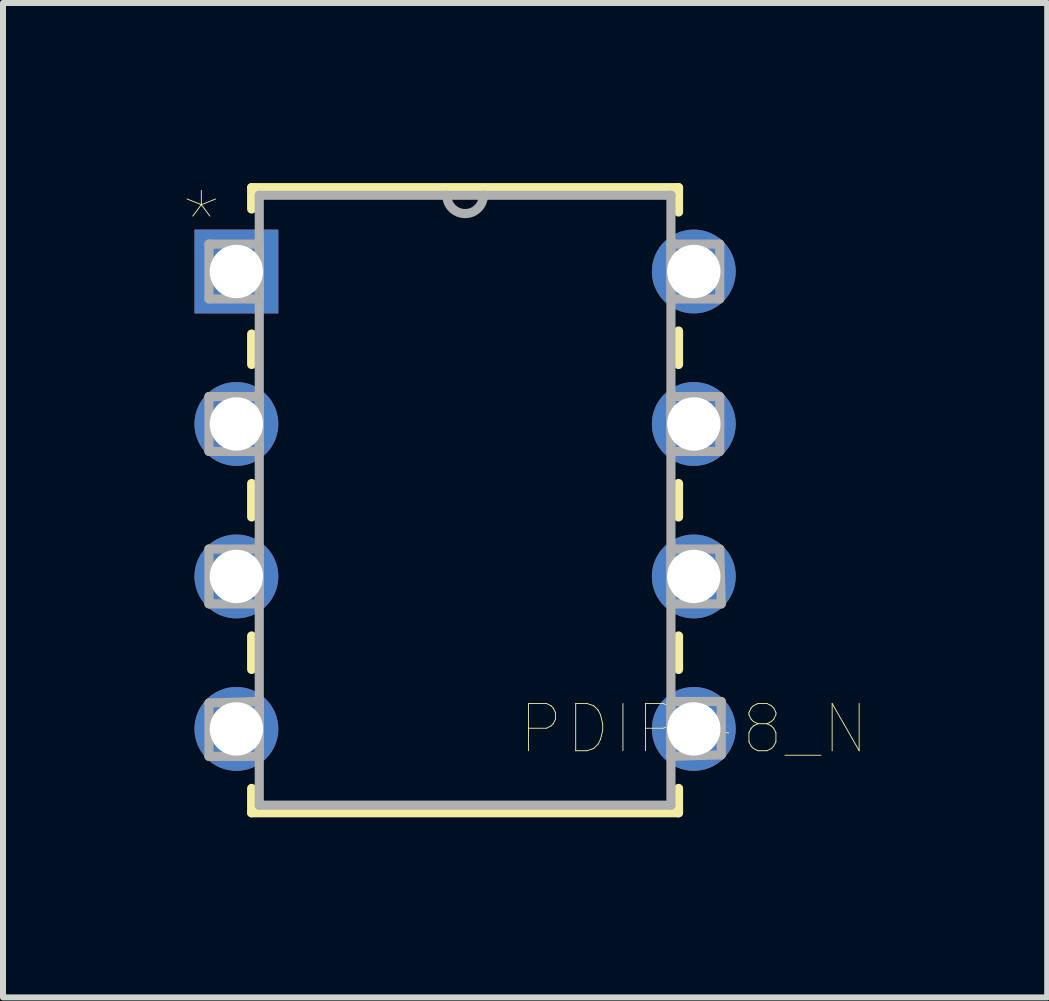
<source format=kicad_pcb>
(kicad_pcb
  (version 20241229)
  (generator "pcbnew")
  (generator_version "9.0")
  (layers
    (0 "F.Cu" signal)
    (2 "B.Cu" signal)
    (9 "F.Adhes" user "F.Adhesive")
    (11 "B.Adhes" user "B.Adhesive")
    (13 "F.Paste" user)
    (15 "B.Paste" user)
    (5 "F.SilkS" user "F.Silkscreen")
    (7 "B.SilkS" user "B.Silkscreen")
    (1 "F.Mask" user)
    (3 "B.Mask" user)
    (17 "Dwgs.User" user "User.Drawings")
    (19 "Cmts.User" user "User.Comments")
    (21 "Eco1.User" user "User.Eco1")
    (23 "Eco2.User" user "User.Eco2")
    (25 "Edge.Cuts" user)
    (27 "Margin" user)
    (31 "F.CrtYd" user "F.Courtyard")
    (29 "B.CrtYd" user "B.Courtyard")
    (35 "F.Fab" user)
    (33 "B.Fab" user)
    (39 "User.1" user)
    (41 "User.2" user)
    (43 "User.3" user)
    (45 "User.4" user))
  (footprint "PDIP-8_N"
    (layer "F.Cu")
    (at 8.508 9.093)
    (property "Reference" "PDIP-8_N" (at 0 0 0) (layer "F.SilkS") (effects (font (size 0.787 0.787) (thickness 0.015))))
    (attr through_hole)
    (fp_line (start -7.366 -9.017) (end -7.366 -8.661) (stroke (width 0.152) (type solid)) (layer "F.SilkS"))
    (fp_line (start -7.366 -6.579) (end -7.366 -6.071) (stroke (width 0.152) (type solid)) (layer "F.SilkS"))
    (fp_line (start -7.366 -4.089) (end -7.366 -3.531) (stroke (width 0.152) (type solid)) (layer "F.SilkS"))
    (fp_line (start -7.366 -1.549) (end -7.366 -0.991) (stroke (width 0.152) (type solid)) (layer "F.SilkS"))
    (fp_line (start -7.366 0.991) (end -7.366 1.397) (stroke (width 0.152) (type solid)) (layer "F.SilkS"))
    (fp_line (start -7.366 1.397) (end -0.254 1.397) (stroke (width 0.152) (type solid)) (layer "F.SilkS"))
    (fp_line (start -0.254 -9.017) (end -7.366 -9.017) (stroke (width 0.152) (type solid)) (layer "F.SilkS"))
    (fp_line (start -0.254 -8.611) (end -0.254 -9.017) (stroke (width 0.152) (type solid)) (layer "F.SilkS"))
    (fp_line (start -0.254 -6.071) (end -0.254 -6.629) (stroke (width 0.152) (type solid)) (layer "F.SilkS"))
    (fp_line (start -0.254 -3.531) (end -0.254 -4.089) (stroke (width 0.152) (type solid)) (layer "F.SilkS"))
    (fp_line (start -0.254 -0.991) (end -0.254 -1.549) (stroke (width 0.152) (type solid)) (layer "F.SilkS"))
    (fp_line (start -0.254 1.397) (end -0.254 0.991) (stroke (width 0.152) (type solid)) (layer "F.SilkS"))
    (fp_line (start -8.077 -8.077) (end -8.077 -7.163) (stroke (width 0.152) (type solid)) (layer "F.Fab"))
    (fp_line (start -8.077 -7.163) (end -7.239 -7.163) (stroke (width 0.152) (type solid)) (layer "F.Fab"))
    (fp_line (start -8.077 -5.537) (end -8.077 -4.623) (stroke (width 0.152) (type solid)) (layer "F.Fab"))
    (fp_line (start -8.077 -4.623) (end -7.239 -4.623) (stroke (width 0.152) (type solid)) (layer "F.Fab"))
    (fp_line (start -8.077 -2.997) (end -8.077 -2.083) (stroke (width 0.152) (type solid)) (layer "F.Fab"))
    (fp_line (start -8.077 -2.083) (end -7.239 -2.083) (stroke (width 0.152) (type solid)) (layer "F.Fab"))
    (fp_line (start -8.077 -0.432) (end -8.077 0.457) (stroke (width 0.152) (type solid)) (layer "F.Fab"))
    (fp_line (start -8.077 0.457) (end -7.239 0.457) (stroke (width 0.152) (type solid)) (layer "F.Fab"))
    (fp_line (start -7.239 -8.89) (end -7.239 1.27) (stroke (width 0.152) (type solid)) (layer "F.Fab"))
    (fp_line (start -7.239 -8.077) (end -8.077 -8.077) (stroke (width 0.152) (type solid)) (layer "F.Fab"))
    (fp_line (start -7.239 -7.163) (end -7.239 -8.077) (stroke (width 0.152) (type solid)) (layer "F.Fab"))
    (fp_line (start -7.239 -5.537) (end -8.077 -5.537) (stroke (width 0.152) (type solid)) (layer "F.Fab"))
    (fp_line (start -7.239 -4.623) (end -7.239 -5.537) (stroke (width 0.152) (type solid)) (layer "F.Fab"))
    (fp_line (start -7.239 -2.997) (end -8.077 -2.997) (stroke (width 0.152) (type solid)) (layer "F.Fab"))
    (fp_line (start -7.239 -2.083) (end -7.239 -2.997) (stroke (width 0.152) (type solid)) (layer "F.Fab"))
    (fp_line (start -7.239 -0.457) (end -8.077 -0.432) (stroke (width 0.152) (type solid)) (layer "F.Fab"))
    (fp_line (start -7.239 0.457) (end -7.239 -0.457) (stroke (width 0.152) (type solid)) (layer "F.Fab"))
    (fp_line (start -7.239 1.27) (end -0.381 1.27) (stroke (width 0.152) (type solid)) (layer "F.Fab"))
    (fp_line (start -4.115 -8.89) (end -7.239 -8.89) (stroke (width 0.152) (type solid)) (layer "F.Fab"))
    (fp_line (start -3.505 -8.89) (end -4.115 -8.89) (stroke (width 0.152) (type solid)) (layer "F.Fab"))
    (fp_line (start -0.381 -8.89) (end -3.505 -8.89) (stroke (width 0.152) (type solid)) (layer "F.Fab"))
    (fp_line (start -0.381 -8.077) (end -0.381 -7.163) (stroke (width 0.152) (type solid)) (layer "F.Fab"))
    (fp_line (start -0.381 -7.163) (end 0.432 -7.163) (stroke (width 0.152) (type solid)) (layer "F.Fab"))
    (fp_line (start -0.381 -5.537) (end -0.381 -4.623) (stroke (width 0.152) (type solid)) (layer "F.Fab"))
    (fp_line (start -0.381 -4.623) (end 0.432 -4.623) (stroke (width 0.152) (type solid)) (layer "F.Fab"))
    (fp_line (start -0.381 -2.997) (end -0.381 -2.083) (stroke (width 0.152) (type solid)) (layer "F.Fab"))
    (fp_line (start -0.381 -2.083) (end 0.457 -2.083) (stroke (width 0.152) (type solid)) (layer "F.Fab"))
    (fp_line (start -0.381 -0.457) (end -0.381 0.457) (stroke (width 0.152) (type solid)) (layer "F.Fab"))
    (fp_line (start -0.381 0.457) (end 0.457 0.432) (stroke (width 0.152) (type solid)) (layer "F.Fab"))
    (fp_line (start -0.381 1.27) (end -0.381 -8.89) (stroke (width 0.152) (type solid)) (layer "F.Fab"))
    (fp_line (start 0.432 -8.077) (end -0.381 -8.077) (stroke (width 0.152) (type solid)) (layer "F.Fab"))
    (fp_line (start 0.432 -7.163) (end 0.432 -8.077) (stroke (width 0.152) (type solid)) (layer "F.Fab"))
    (fp_line (start 0.432 -5.537) (end -0.381 -5.537) (stroke (width 0.152) (type solid)) (layer "F.Fab"))
    (fp_line (start 0.432 -4.623) (end 0.432 -5.537) (stroke (width 0.152) (type solid)) (layer "F.Fab"))
    (fp_line (start 0.432 -2.997) (end -0.381 -2.997) (stroke (width 0.152) (type solid)) (layer "F.Fab"))
    (fp_line (start 0.457 -2.083) (end 0.432 -2.997) (stroke (width 0.152) (type solid)) (layer "F.Fab"))
    (fp_line (start 0.457 -0.457) (end -0.381 -0.457) (stroke (width 0.152) (type solid)) (layer "F.Fab"))
    (fp_line (start 0.457 0.432) (end 0.457 -0.457) (stroke (width 0.152) (type solid)) (layer "F.Fab"))
    (fp_arc (start -3.5052 -8.89) (mid -3.81 -8.5852) (end -4.1148 -8.89) (stroke (width 0.1524) (type solid)) (layer "F.Fab"))
    (fp_text user "*" (at -8.204 -8.433 0) (layer "F.SilkS") (effects (font (size 1 1) (thickness 0.015))))
    (fp_text user "*" (at -7.569 -6.985 0) (layer "F.Fab") (effects (font (size 1 1) (thickness 0.015))))
    (pad "1" thru_hole rect (at -7.62 -7.62) (size 1.397 1.397) (drill 0.889) (layers "*.Cu" "*.Mask"))
    (pad "2" thru_hole circle (at -7.62 -5.08) (size 1.397 1.397) (drill 0.889) (layers "*.Cu" "*.Mask"))
    (pad "3" thru_hole circle (at -7.62 -2.54) (size 1.397 1.397) (drill 0.889) (layers "*.Cu" "*.Mask"))
    (pad "4" thru_hole circle (at -7.62 0) (size 1.397 1.397) (drill 0.889) (layers "*.Cu" "*.Mask"))
    (pad "5" thru_hole circle (at 0 0) (size 1.397 1.397) (drill 0.889) (layers "*.Cu" "*.Mask"))
    (pad "6" thru_hole circle (at 0 -2.54) (size 1.397 1.397) (drill 0.889) (layers "*.Cu" "*.Mask"))
    (pad "7" thru_hole circle (at 0 -5.08) (size 1.397 1.397) (drill 0.889) (layers "*.Cu" "*.Mask"))
    (pad "8" thru_hole circle (at 0 -7.62) (size 1.397 1.397) (drill 0.889) (layers "*.Cu" "*.Mask")))
  (gr_rect
    (start -3 -3)
    (end 14.395 13.566)
    (stroke (width 0.1) (type default))
    (fill no)
    (layer "Edge.Cuts")))
</source>
